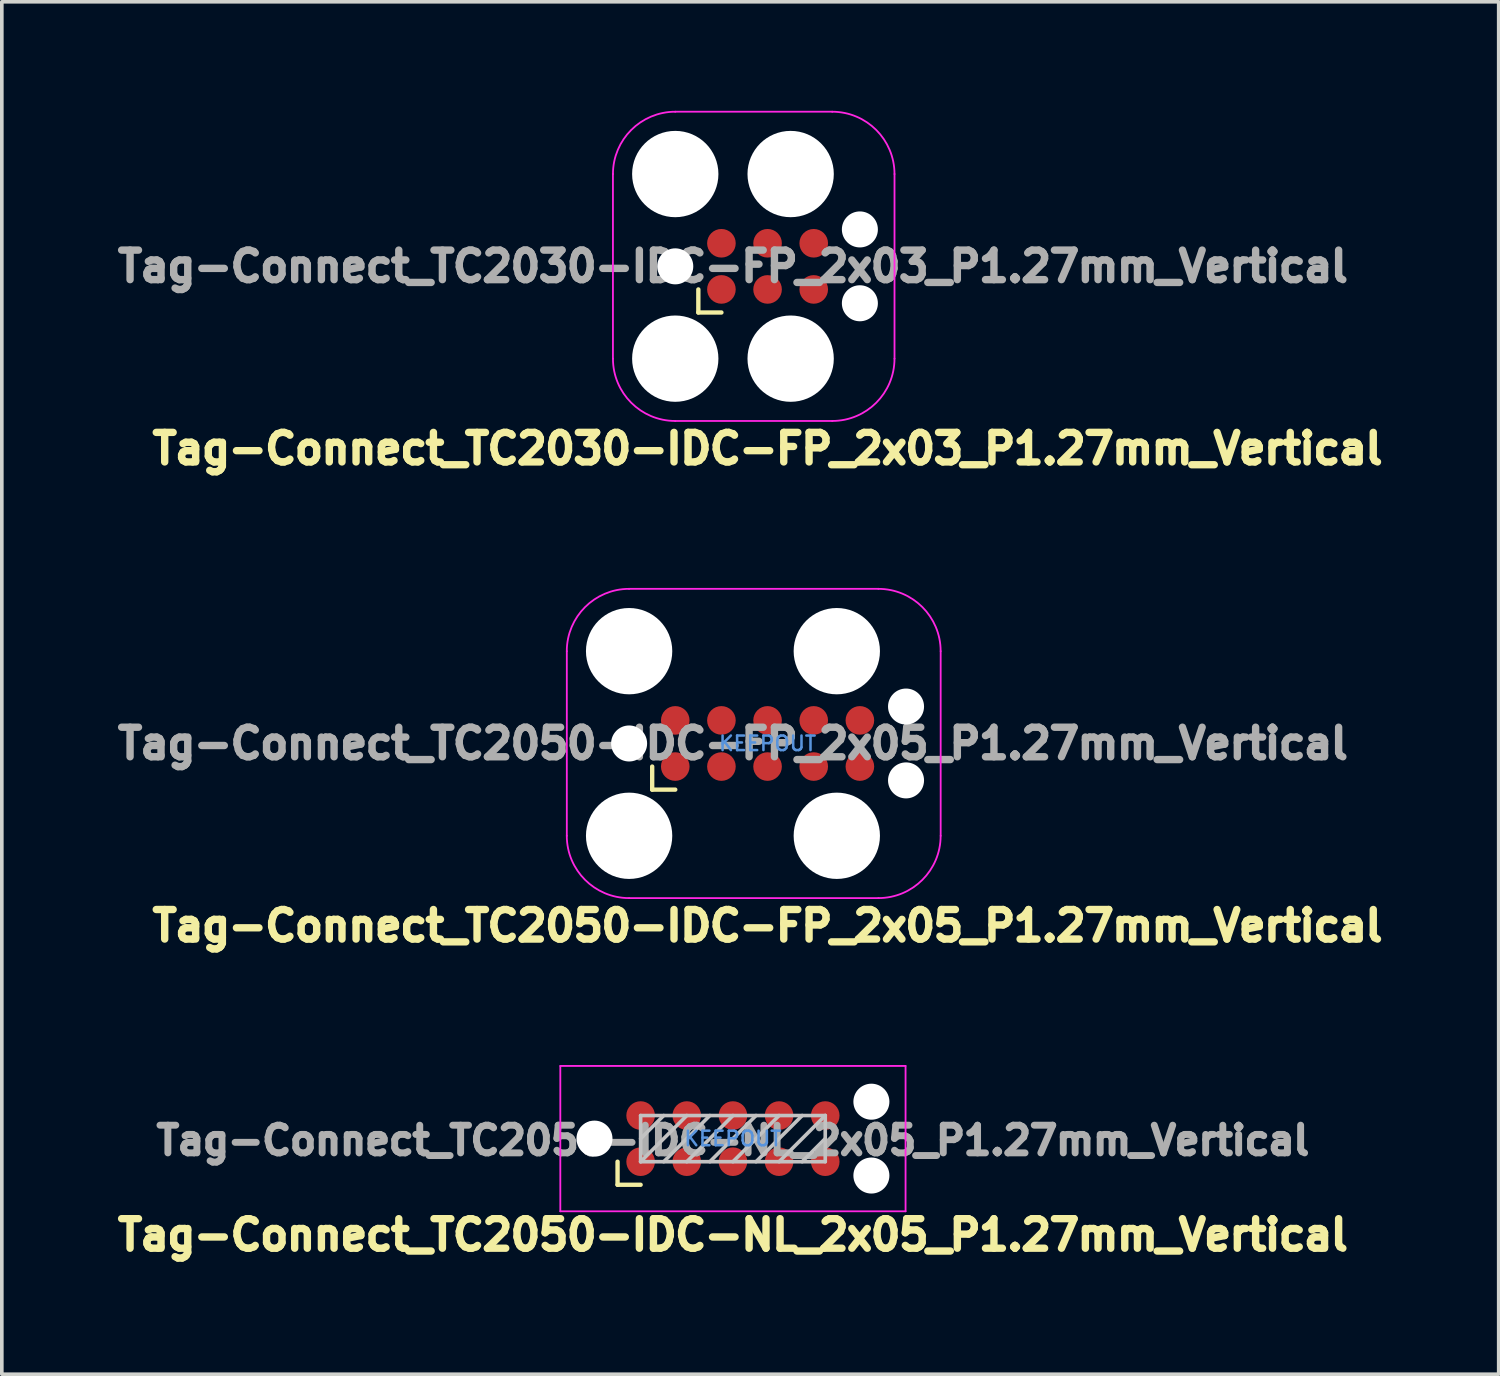
<source format=kicad_pcb>
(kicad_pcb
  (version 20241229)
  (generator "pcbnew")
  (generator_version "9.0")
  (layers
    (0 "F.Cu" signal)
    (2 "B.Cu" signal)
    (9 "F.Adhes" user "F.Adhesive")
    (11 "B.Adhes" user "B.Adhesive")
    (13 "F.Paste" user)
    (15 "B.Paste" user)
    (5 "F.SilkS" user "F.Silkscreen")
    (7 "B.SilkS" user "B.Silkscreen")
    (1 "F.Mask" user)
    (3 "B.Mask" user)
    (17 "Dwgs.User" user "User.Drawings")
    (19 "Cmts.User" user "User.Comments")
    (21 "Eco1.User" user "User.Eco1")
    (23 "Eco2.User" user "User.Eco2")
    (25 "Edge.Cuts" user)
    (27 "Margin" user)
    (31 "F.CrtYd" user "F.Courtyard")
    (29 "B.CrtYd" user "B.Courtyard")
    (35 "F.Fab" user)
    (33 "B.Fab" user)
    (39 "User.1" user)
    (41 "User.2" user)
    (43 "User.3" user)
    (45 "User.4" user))
  (footprint "Tag-Connect_TC2050-IDC-NL_2x05_P1.27mm_Vertical"
    (layer "F.Cu")
    (at 17.118 28.281)
    (property "Reference" "Tag-Connect_TC2050-IDC-NL_2x05_P1.27mm_Vertical" (at 0 0.05 0) (layer "F.Fab") (effects (font (size 0.762 0.762) (thickness 0.191))))
    (attr exclude_from_pos_files exclude_from_bom)
    (fp_line (start -3.175 1.27) (end -3.175 0.635) (stroke (width 0.12) (type solid)) (layer "F.SilkS"))
    (fp_line (start -2.54 1.27) (end -3.175 1.27) (stroke (width 0.12) (type solid)) (layer "F.SilkS"))
    (fp_line (start -2.54 -0.635) (end 2.54 -0.635) (stroke (width 0.1) (type solid)) (layer "Dwgs.User"))
    (fp_line (start -2.54 0) (end -1.905 -0.635) (stroke (width 0.1) (type solid)) (layer "Dwgs.User"))
    (fp_line (start -2.54 0.635) (end -2.54 -0.635) (stroke (width 0.1) (type solid)) (layer "Dwgs.User"))
    (fp_line (start -2.54 0.635) (end -1.27 -0.635) (stroke (width 0.1) (type solid)) (layer "Dwgs.User"))
    (fp_line (start -1.905 0.635) (end -0.635 -0.635) (stroke (width 0.1) (type solid)) (layer "Dwgs.User"))
    (fp_line (start -1.27 0.635) (end 0 -0.635) (stroke (width 0.1) (type solid)) (layer "Dwgs.User"))
    (fp_line (start -0.635 0.635) (end 0.635 -0.635) (stroke (width 0.1) (type solid)) (layer "Dwgs.User"))
    (fp_line (start 0 0.635) (end 1.27 -0.635) (stroke (width 0.1) (type solid)) (layer "Dwgs.User"))
    (fp_line (start 0.635 0.635) (end 1.905 -0.635) (stroke (width 0.1) (type solid)) (layer "Dwgs.User"))
    (fp_line (start 1.27 0.635) (end 2.54 -0.635) (stroke (width 0.1) (type solid)) (layer "Dwgs.User"))
    (fp_line (start 1.905 0.635) (end 2.54 0) (stroke (width 0.1) (type solid)) (layer "Dwgs.User"))
    (fp_line (start 2.54 -0.635) (end 2.54 0.635) (stroke (width 0.1) (type solid)) (layer "Dwgs.User"))
    (fp_line (start 2.54 0.635) (end -2.54 0.635) (stroke (width 0.1) (type solid)) (layer "Dwgs.User"))
    (fp_line (start -4.75 -2) (end 4.75 -2) (stroke (width 0.05) (type solid)) (layer "F.CrtYd"))
    (fp_line (start -4.75 2) (end -4.75 -2) (stroke (width 0.05) (type solid)) (layer "F.CrtYd"))
    (fp_line (start 4.75 -2) (end 4.75 2) (stroke (width 0.05) (type solid)) (layer "F.CrtYd"))
    (fp_line (start 4.75 2) (end -4.75 2) (stroke (width 0.05) (type solid)) (layer "F.CrtYd"))
    (fp_text user "${REFERENCE}" (at 0 2.65 0) (layer "F.SilkS") (effects (font (size 0.813 0.813) (thickness 0.203))))
    (fp_text user "KEEPOUT" (at 0 0 0) (layer "Cmts.User") (effects (font (size 0.4 0.4) (thickness 0.07))))
    (pad "" np_thru_hole circle (at -3.81 0) (size 0.991 0.991) (drill 0.991) (layers "*.Cu" "*.Mask"))
    (pad "" np_thru_hole circle (at 3.81 -1.016) (size 0.991 0.991) (drill 0.991) (layers "*.Cu" "*.Mask"))
    (pad "" np_thru_hole circle (at 3.81 1.016) (size 0.991 0.991) (drill 0.991) (layers "*.Cu" "*.Mask"))
    (pad "1" connect circle (at -2.54 0.635) (size 0.787 0.787) (layers "F.Cu" "F.Mask"))
    (pad "2" connect circle (at -1.27 0.635) (size 0.787 0.787) (layers "F.Cu" "F.Mask"))
    (pad "3" connect circle (at 0 0.635) (size 0.787 0.787) (layers "F.Cu" "F.Mask"))
    (pad "4" connect circle (at 1.27 0.635) (size 0.787 0.787) (layers "F.Cu" "F.Mask"))
    (pad "5" connect circle (at 2.54 0.635) (size 0.787 0.787) (layers "F.Cu" "F.Mask"))
    (pad "6" connect circle (at 2.54 -0.635) (size 0.787 0.787) (layers "F.Cu" "F.Mask"))
    (pad "7" connect circle (at 1.27 -0.635) (size 0.787 0.787) (layers "F.Cu" "F.Mask"))
    (pad "8" connect circle (at 0 -0.635) (size 0.787 0.787) (layers "F.Cu" "F.Mask"))
    (pad "9" connect circle (at -1.27 -0.635) (size 0.787 0.787) (layers "F.Cu" "F.Mask"))
    (pad "10" connect circle (at -2.54 -0.635) (size 0.787 0.787) (layers "F.Cu" "F.Mask")))
  (footprint "Tag-Connect_TC2050-IDC-FP_2x05_P1.27mm_Vertical"
    (layer "F.Cu")
    (at 18.071 17.408)
    (property "Reference" "Tag-Connect_TC2050-IDC-FP_2x05_P1.27mm_Vertical" (at -0.953 0 0) (layer "F.Fab") (effects (font (size 0.813 0.813) (thickness 0.203) (bold yes))))
    (property "Value" "Tag-Connect_TC2050-IDC-FP_2x05_P1.27mm_Vertical" (at -0.953 1.27 0) (layer "F.Fab") (hide yes) (effects (font (size 0.813 0.813) (thickness 0.203) (bold yes))))
    (attr exclude_from_pos_files exclude_from_bom)
    (fp_line (start -3.175 1.27) (end -3.175 0.635) (stroke (width 0.12) (type solid)) (layer "F.SilkS"))
    (fp_line (start -2.54 1.27) (end -3.175 1.27) (stroke (width 0.12) (type solid)) (layer "F.SilkS"))
    (fp_line (start -5.524 2.54) (end -5.524 -2.54) (stroke (width 0.05) (type solid)) (layer "F.CrtYd"))
    (fp_line (start -3.81 -4.255) (end 3.048 -4.255) (stroke (width 0.05) (type solid)) (layer "F.CrtYd"))
    (fp_line (start 3.048 4.255) (end -3.81 4.255) (stroke (width 0.05) (type solid)) (layer "F.CrtYd"))
    (fp_line (start 4.763 -2.54) (end 4.763 2.54) (stroke (width 0.05) (type solid)) (layer "F.CrtYd"))
    (fp_arc (start -5.5245 -2.54) (mid -5.022335 -3.752335) (end -3.81 -4.2545) (stroke (width 0.05) (type default)) (layer "F.CrtYd"))
    (fp_arc (start -3.81 4.2545) (mid -5.022335 3.752335) (end -5.5245 2.54) (stroke (width 0.05) (type default)) (layer "F.CrtYd"))
    (fp_arc (start 3.048 -4.2545) (mid 4.260335 -3.752335) (end 4.7625 -2.54) (stroke (width 0.05) (type default)) (layer "F.CrtYd"))
    (fp_arc (start 4.7625 2.54) (mid 4.260335 3.752335) (end 3.048 4.2545) (stroke (width 0.05) (type default)) (layer "F.CrtYd"))
    (fp_text user "${VALUE}" (at 0 5.016 0) (layer "F.SilkS") (effects (font (size 0.813 0.813) (thickness 0.203) (bold yes))))
    (fp_text user "KEEPOUT" (at 0 0 0) (layer "Cmts.User") (effects (font (size 0.4 0.4) (thickness 0.07))))
    (pad "" np_thru_hole circle (at -3.81 -2.54) (size 2.375 2.375) (drill 2.375) (layers "*.Cu" "*.Mask"))
    (pad "" np_thru_hole circle (at -3.81 0) (size 0.991 0.991) (drill 0.991) (layers "*.Cu" "*.Mask"))
    (pad "" np_thru_hole circle (at -3.81 2.54) (size 2.375 2.375) (drill 2.375) (layers "*.Cu" "*.Mask"))
    (pad "" np_thru_hole circle (at 1.905 -2.54) (size 2.375 2.375) (drill 2.375) (layers "*.Cu" "*.Mask"))
    (pad "" np_thru_hole circle (at 1.905 2.54) (size 2.375 2.375) (drill 2.375) (layers "*.Cu" "*.Mask"))
    (pad "" np_thru_hole circle (at 3.81 -1.016) (size 0.991 0.991) (drill 0.991) (layers "*.Cu" "*.Mask"))
    (pad "" np_thru_hole circle (at 3.81 1.016) (size 0.991 0.991) (drill 0.991) (layers "*.Cu" "*.Mask"))
    (pad "1" connect circle (at -2.54 0.635) (size 0.787 0.787) (layers "F.Cu" "F.Mask"))
    (pad "2" connect circle (at -1.27 0.635) (size 0.787 0.787) (layers "F.Cu" "F.Mask"))
    (pad "3" connect circle (at 0 0.635) (size 0.787 0.787) (layers "F.Cu" "F.Mask"))
    (pad "4" connect circle (at 1.27 0.635) (size 0.787 0.787) (layers "F.Cu" "F.Mask"))
    (pad "5" connect circle (at 2.54 0.635) (size 0.787 0.787) (layers "F.Cu" "F.Mask"))
    (pad "6" connect circle (at 2.54 -0.635) (size 0.787 0.787) (layers "F.Cu" "F.Mask"))
    (pad "7" connect circle (at 1.27 -0.635) (size 0.787 0.787) (layers "F.Cu" "F.Mask"))
    (pad "8" connect circle (at 0 -0.635) (size 0.787 0.787) (layers "F.Cu" "F.Mask"))
    (pad "9" connect circle (at -1.27 -0.635) (size 0.787 0.787) (layers "F.Cu" "F.Mask"))
    (pad "10" connect circle (at -2.54 -0.635) (size 0.787 0.787) (layers "F.Cu" "F.Mask"))
    (zone (net_name "") (layer "F.Cu") (hatch full 0.508) (connect_pads) (min_thickness 0.254) (filled_areas_thickness no) (keepout (tracks allowed) (vias not_allowed) (pads allowed) (copperpour not_allowed) (footprints not_allowed)) (placement (enabled no)) (fill) (polygon (pts (xy 15.531 18.043) (xy 20.611 18.043) (xy 20.611 16.773) (xy 15.531 16.773)))))
  (footprint "Tag-Connect_TC2030-IDC-FP_2x03_P1.27mm_Vertical"
    (layer "F.Cu")
    (at 18.071 4.279)
    (property "Reference" "Tag-Connect_TC2030-IDC-FP_2x03_P1.27mm_Vertical" (at -0.953 0 0) (layer "F.Fab") (effects (font (size 0.813 0.813) (thickness 0.203) (bold yes))))
    (property "Value" "Tag-Connect_TC2030-IDC-FP_2x03_P1.27mm_Vertical" (at -0.953 1.27 0) (layer "F.Fab") (hide yes) (effects (font (size 0.813 0.813) (thickness 0.203) (bold yes))))
    (attr exclude_from_pos_files exclude_from_bom)
    (fp_line (start -1.905 1.27) (end -1.905 0.635) (stroke (width 0.12) (type solid)) (layer "F.SilkS"))
    (fp_line (start -1.27 1.27) (end -1.905 1.27) (stroke (width 0.12) (type solid)) (layer "F.SilkS"))
    (fp_line (start -4.255 2.54) (end -4.255 -2.54) (stroke (width 0.05) (type solid)) (layer "F.CrtYd"))
    (fp_line (start -2.54 -4.255) (end 1.778 -4.255) (stroke (width 0.05) (type solid)) (layer "F.CrtYd"))
    (fp_line (start 1.778 4.255) (end -2.54 4.255) (stroke (width 0.05) (type solid)) (layer "F.CrtYd"))
    (fp_line (start 3.493 -2.54) (end 3.493 2.54) (stroke (width 0.05) (type solid)) (layer "F.CrtYd"))
    (fp_arc (start -4.2545 -2.54) (mid -3.752335 -3.752335) (end -2.54 -4.2545) (stroke (width 0.05) (type default)) (layer "F.CrtYd"))
    (fp_arc (start -2.54 4.2545) (mid -3.752335 3.752335) (end -4.2545 2.54) (stroke (width 0.05) (type default)) (layer "F.CrtYd"))
    (fp_arc (start 1.778 -4.2545) (mid 2.990335 -3.752335) (end 3.4925 -2.54) (stroke (width 0.05) (type default)) (layer "F.CrtYd"))
    (fp_arc (start 3.4925 2.54) (mid 2.990335 3.752335) (end 1.778 4.2545) (stroke (width 0.05) (type default)) (layer "F.CrtYd"))
    (fp_text user "${VALUE}" (at 0 5.016 0) (layer "F.SilkS") (effects (font (size 0.813 0.813) (thickness 0.203) (bold yes))))
    (pad "" np_thru_hole circle (at -2.54 -2.54) (size 2.375 2.375) (drill 2.375) (layers "*.Cu" "*.Mask"))
    (pad "" np_thru_hole circle (at -2.54 0) (size 0.991 0.991) (drill 0.991) (layers "*.Cu" "*.Mask"))
    (pad "" np_thru_hole circle (at -2.54 2.54) (size 2.375 2.375) (drill 2.375) (layers "*.Cu" "*.Mask"))
    (pad "" np_thru_hole circle (at 0.635 -2.54) (size 2.375 2.375) (drill 2.375) (layers "*.Cu" "*.Mask"))
    (pad "" np_thru_hole circle (at 0.635 2.54) (size 2.375 2.375) (drill 2.375) (layers "*.Cu" "*.Mask"))
    (pad "" np_thru_hole circle (at 2.54 -1.016) (size 0.991 0.991) (drill 0.991) (layers "*.Cu" "*.Mask"))
    (pad "" np_thru_hole circle (at 2.54 1.016) (size 0.991 0.991) (drill 0.991) (layers "*.Cu" "*.Mask"))
    (pad "1" connect circle (at -1.27 0.635) (size 0.787 0.787) (layers "F.Cu" "F.Mask"))
    (pad "2" connect circle (at 0 0.635) (size 0.787 0.787) (layers "F.Cu" "F.Mask"))
    (pad "3" connect circle (at 1.27 0.635) (size 0.787 0.787) (layers "F.Cu" "F.Mask"))
    (pad "4" connect circle (at 1.27 -0.635) (size 0.787 0.787) (layers "F.Cu" "F.Mask"))
    (pad "5" connect circle (at 0 -0.635) (size 0.787 0.787) (layers "F.Cu" "F.Mask"))
    (pad "6" connect circle (at -1.27 -0.635) (size 0.787 0.787) (layers "F.Cu" "F.Mask"))
    (zone (net_name "") (layer "F.Cu") (hatch full 0.508) (connect_pads) (min_thickness 0.254) (filled_areas_thickness no) (keepout (tracks allowed) (vias not_allowed) (pads allowed) (copperpour not_allowed) (footprints not_allowed)) (placement (enabled no)) (fill) (polygon (pts (xy 16.674 5.042) (xy 19.468 5.042) (xy 19.468 3.518) (xy 16.674 3.518)))))
  (gr_rect
    (start -3 -3)
    (end 38.189 34.763)
    (stroke (width 0.1) (type default))
    (fill no)
    (layer "Edge.Cuts")))
</source>
